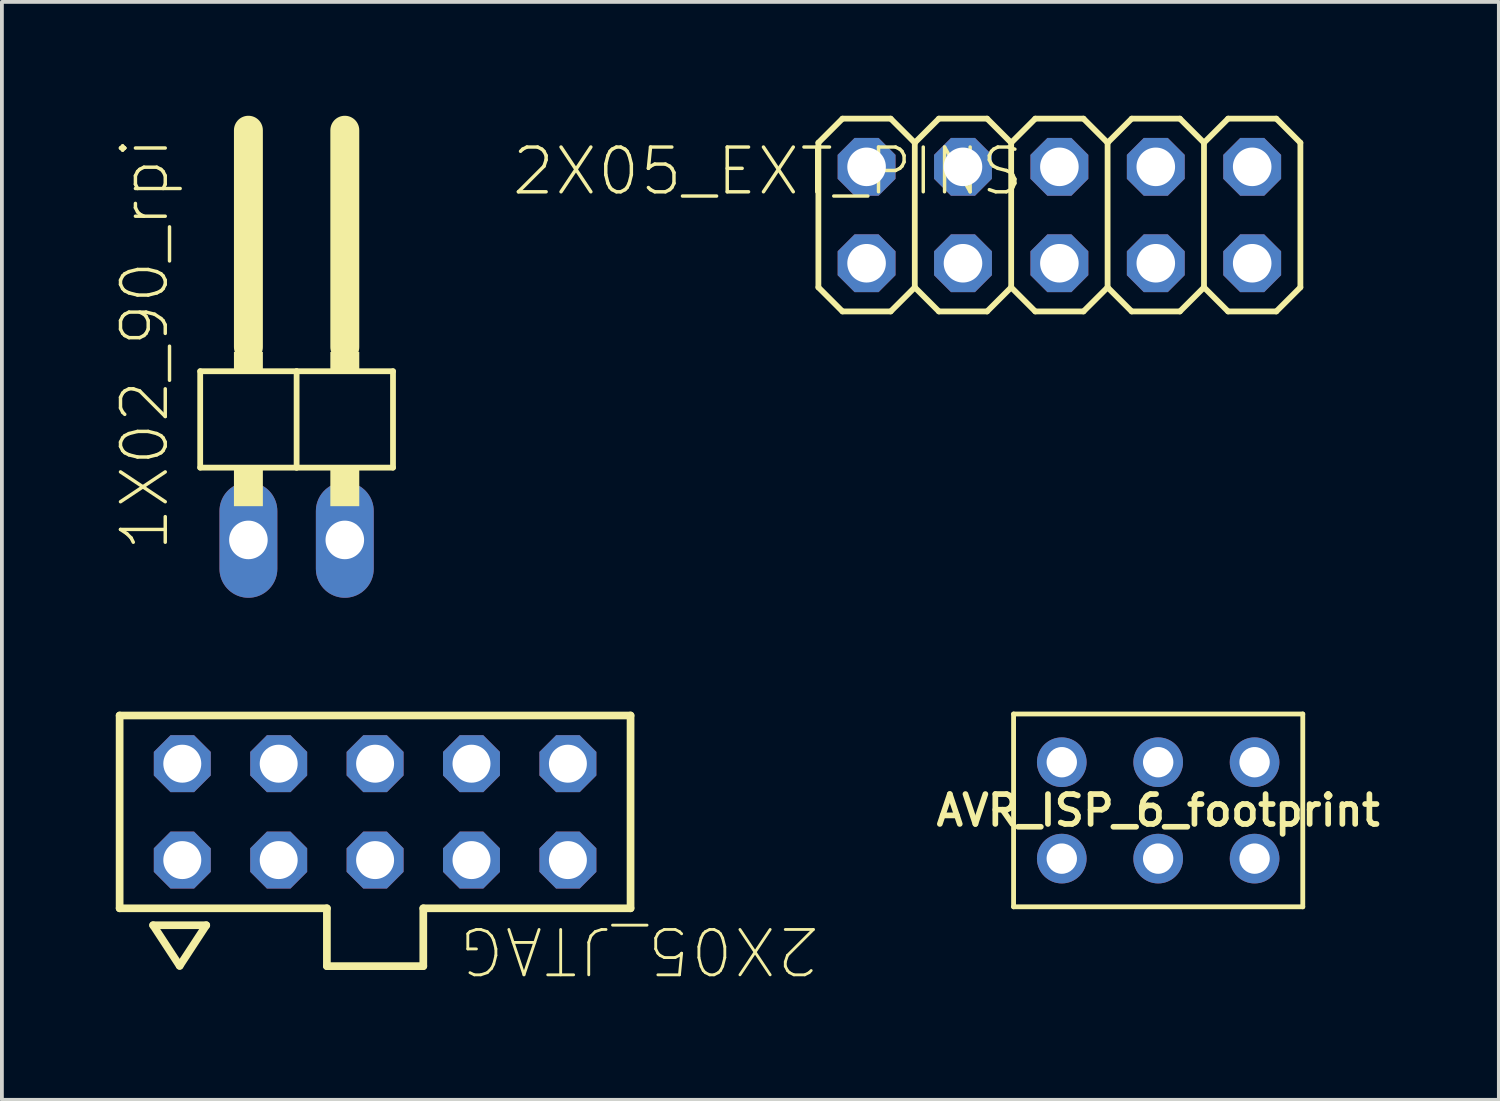
<source format=kicad_pcb>
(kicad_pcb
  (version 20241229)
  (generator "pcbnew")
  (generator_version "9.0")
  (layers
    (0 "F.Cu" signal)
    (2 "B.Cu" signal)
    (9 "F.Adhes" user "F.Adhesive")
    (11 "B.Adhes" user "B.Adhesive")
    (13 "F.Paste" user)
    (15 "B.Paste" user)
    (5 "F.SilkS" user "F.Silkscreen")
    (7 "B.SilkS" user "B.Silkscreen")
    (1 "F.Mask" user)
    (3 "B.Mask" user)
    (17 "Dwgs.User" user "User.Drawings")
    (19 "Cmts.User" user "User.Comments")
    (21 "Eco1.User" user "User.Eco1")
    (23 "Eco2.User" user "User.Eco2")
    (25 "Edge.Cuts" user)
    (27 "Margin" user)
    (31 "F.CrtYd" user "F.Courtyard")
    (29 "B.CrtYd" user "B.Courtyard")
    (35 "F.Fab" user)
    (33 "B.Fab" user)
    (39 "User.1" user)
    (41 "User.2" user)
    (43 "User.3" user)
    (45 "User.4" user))
  (footprint "2X05_JTAG"
    (layer "F.Cu")
    (at 6.833 18.342)
    (property "Reference" "2X05_JTAG" (at 2.166 4.346 180) (unlocked yes) (layer "F.SilkS") (effects (font (size 1.195 1.195) (thickness 0.075)) (justify right top)))
    (fp_line (start -6.731 -2.54) (end 6.731 -2.54) (stroke (width 0.203) (type solid)) (layer "F.SilkS"))
    (fp_line (start -6.731 2.54) (end -6.731 -2.54) (stroke (width 0.203) (type solid)) (layer "F.SilkS"))
    (fp_line (start -5.849 2.986) (end -5.149 4.056) (stroke (width 0.203) (type solid)) (layer "F.SilkS"))
    (fp_line (start -5.149 4.056) (end -4.449 2.986) (stroke (width 0.203) (type solid)) (layer "F.SilkS"))
    (fp_line (start -4.449 2.986) (end -5.849 2.986) (stroke (width 0.203) (type solid)) (layer "F.SilkS"))
    (fp_line (start -1.27 2.54) (end -6.731 2.54) (stroke (width 0.203) (type solid)) (layer "F.SilkS"))
    (fp_line (start -1.27 2.54) (end -1.27 4.064) (stroke (width 0.203) (type solid)) (layer "F.SilkS"))
    (fp_line (start 1.27 2.54) (end 1.27 4.064) (stroke (width 0.203) (type solid)) (layer "F.SilkS"))
    (fp_line (start 1.27 4.064) (end -1.27 4.064) (stroke (width 0.203) (type solid)) (layer "F.SilkS"))
    (fp_line (start 6.731 -2.54) (end 6.731 2.54) (stroke (width 0.203) (type solid)) (layer "F.SilkS"))
    (fp_line (start 6.731 2.54) (end 1.27 2.54) (stroke (width 0.203) (type solid)) (layer "F.SilkS"))
    (pad "1" thru_hole roundrect (at -5.08 1.27) (size 1.5 1.5) (drill 1) (layers "*.Cu" "*.Mask") (roundrect_rratio 0.25) (chamfer_ratio 0.293) (chamfer top_left top_right bottom_left bottom_right))
    (pad "2" thru_hole roundrect (at -5.08 -1.27) (size 1.5 1.5) (drill 1) (layers "*.Cu" "*.Mask") (roundrect_rratio 0.25) (chamfer_ratio 0.293) (chamfer top_left top_right bottom_left bottom_right))
    (pad "3" thru_hole roundrect (at -2.54 1.27) (size 1.5 1.5) (drill 1) (layers "*.Cu" "*.Mask") (roundrect_rratio 0.25) (chamfer_ratio 0.293) (chamfer top_left top_right bottom_left bottom_right))
    (pad "4" thru_hole roundrect (at -2.54 -1.27) (size 1.5 1.5) (drill 1) (layers "*.Cu" "*.Mask") (roundrect_rratio 0.25) (chamfer_ratio 0.293) (chamfer top_left top_right bottom_left bottom_right))
    (pad "5" thru_hole roundrect (at 0 1.27) (size 1.5 1.5) (drill 1) (layers "*.Cu" "*.Mask") (roundrect_rratio 0.25) (chamfer_ratio 0.293) (chamfer top_left top_right bottom_left bottom_right))
    (pad "6" thru_hole roundrect (at 0 -1.27) (size 1.5 1.5) (drill 1) (layers "*.Cu" "*.Mask") (roundrect_rratio 0.25) (chamfer_ratio 0.293) (chamfer top_left top_right bottom_left bottom_right))
    (pad "7" thru_hole roundrect (at 2.54 1.27) (size 1.5 1.5) (drill 1) (layers "*.Cu" "*.Mask") (roundrect_rratio 0.25) (chamfer_ratio 0.293) (chamfer top_left top_right bottom_left bottom_right))
    (pad "8" thru_hole roundrect (at 2.54 -1.27) (size 1.5 1.5) (drill 1) (layers "*.Cu" "*.Mask") (roundrect_rratio 0.25) (chamfer_ratio 0.293) (chamfer top_left top_right bottom_left bottom_right))
    (pad "9" thru_hole roundrect (at 5.08 1.27) (size 1.5 1.5) (drill 1) (layers "*.Cu" "*.Mask") (roundrect_rratio 0.25) (chamfer_ratio 0.293) (chamfer top_left top_right bottom_left bottom_right))
    (pad "10" thru_hole roundrect (at 5.08 -1.27) (size 1.5 1.5) (drill 1) (layers "*.Cu" "*.Mask") (roundrect_rratio 0.25) (chamfer_ratio 0.293) (chamfer top_left top_right bottom_left bottom_right)))
  (footprint "2X05_EXT_PINS"
    (layer "F.Cu")
    (at 24.863 2.616)
    (property "Reference" "2X05_EXT_PINS" (at -14.482 -0.464 0) (unlocked yes) (layer "F.SilkS") (effects (font (size 1.179 1.179) (thickness 0.091)) (justify left bottom)))
    (fp_line (start -6.35 -1.905) (end -5.715 -2.54) (stroke (width 0.152) (type solid)) (layer "F.SilkS"))
    (fp_line (start -6.35 1.905) (end -6.35 -1.905) (stroke (width 0.152) (type solid)) (layer "F.SilkS"))
    (fp_line (start -6.35 1.905) (end -5.715 2.54) (stroke (width 0.152) (type solid)) (layer "F.SilkS"))
    (fp_line (start -5.715 -2.54) (end -4.445 -2.54) (stroke (width 0.152) (type solid)) (layer "F.SilkS"))
    (fp_line (start -5.715 2.54) (end -4.445 2.54) (stroke (width 0.152) (type solid)) (layer "F.SilkS"))
    (fp_line (start -4.445 -2.54) (end -3.81 -1.905) (stroke (width 0.152) (type solid)) (layer "F.SilkS"))
    (fp_line (start -4.445 2.54) (end -3.81 1.905) (stroke (width 0.152) (type solid)) (layer "F.SilkS"))
    (fp_line (start -3.81 -1.905) (end -3.81 1.905) (stroke (width 0.152) (type solid)) (layer "F.SilkS"))
    (fp_line (start -3.81 -1.905) (end -3.175 -2.54) (stroke (width 0.152) (type solid)) (layer "F.SilkS"))
    (fp_line (start -3.81 1.905) (end -3.175 2.54) (stroke (width 0.152) (type solid)) (layer "F.SilkS"))
    (fp_line (start -3.175 -2.54) (end -1.905 -2.54) (stroke (width 0.152) (type solid)) (layer "F.SilkS"))
    (fp_line (start -3.175 2.54) (end -1.905 2.54) (stroke (width 0.152) (type solid)) (layer "F.SilkS"))
    (fp_line (start -1.905 -2.54) (end -1.27 -1.905) (stroke (width 0.152) (type solid)) (layer "F.SilkS"))
    (fp_line (start -1.905 2.54) (end -1.27 1.905) (stroke (width 0.152) (type solid)) (layer "F.SilkS"))
    (fp_line (start -1.27 -1.905) (end -1.27 1.905) (stroke (width 0.152) (type solid)) (layer "F.SilkS"))
    (fp_line (start -1.27 -1.905) (end -0.635 -2.54) (stroke (width 0.152) (type solid)) (layer "F.SilkS"))
    (fp_line (start -1.27 1.905) (end -0.635 2.54) (stroke (width 0.152) (type solid)) (layer "F.SilkS"))
    (fp_line (start -0.635 -2.54) (end 0.635 -2.54) (stroke (width 0.152) (type solid)) (layer "F.SilkS"))
    (fp_line (start -0.635 2.54) (end 0.635 2.54) (stroke (width 0.152) (type solid)) (layer "F.SilkS"))
    (fp_line (start 0.635 -2.54) (end 1.27 -1.905) (stroke (width 0.152) (type solid)) (layer "F.SilkS"))
    (fp_line (start 0.635 2.54) (end 1.27 1.905) (stroke (width 0.152) (type solid)) (layer "F.SilkS"))
    (fp_line (start 1.27 -1.905) (end 1.27 1.905) (stroke (width 0.152) (type solid)) (layer "F.SilkS"))
    (fp_line (start 1.27 -1.905) (end 1.905 -2.54) (stroke (width 0.152) (type solid)) (layer "F.SilkS"))
    (fp_line (start 1.27 1.905) (end 1.905 2.54) (stroke (width 0.152) (type solid)) (layer "F.SilkS"))
    (fp_line (start 1.905 -2.54) (end 3.175 -2.54) (stroke (width 0.152) (type solid)) (layer "F.SilkS"))
    (fp_line (start 1.905 2.54) (end 3.175 2.54) (stroke (width 0.152) (type solid)) (layer "F.SilkS"))
    (fp_line (start 3.175 -2.54) (end 3.81 -1.905) (stroke (width 0.152) (type solid)) (layer "F.SilkS"))
    (fp_line (start 3.175 2.54) (end 3.81 1.905) (stroke (width 0.152) (type solid)) (layer "F.SilkS"))
    (fp_line (start 3.81 -1.905) (end 3.81 1.905) (stroke (width 0.152) (type solid)) (layer "F.SilkS"))
    (fp_line (start 3.81 -1.905) (end 4.445 -2.54) (stroke (width 0.152) (type solid)) (layer "F.SilkS"))
    (fp_line (start 3.81 1.905) (end 4.445 2.54) (stroke (width 0.152) (type solid)) (layer "F.SilkS"))
    (fp_line (start 4.445 -2.54) (end 5.715 -2.54) (stroke (width 0.152) (type solid)) (layer "F.SilkS"))
    (fp_line (start 4.445 2.54) (end 5.715 2.54) (stroke (width 0.152) (type solid)) (layer "F.SilkS"))
    (fp_line (start 5.715 -2.54) (end 6.35 -1.905) (stroke (width 0.152) (type solid)) (layer "F.SilkS"))
    (fp_line (start 5.715 2.54) (end 6.35 1.905) (stroke (width 0.152) (type solid)) (layer "F.SilkS"))
    (fp_line (start 6.35 -1.905) (end 6.35 1.905) (stroke (width 0.152) (type solid)) (layer "F.SilkS"))
    (fp_poly (pts (xy -5.334 -1.016) (xy -4.826 -1.016) (xy -4.826 -1.524) (xy -5.334 -1.524)) (stroke (width 0.1) (type default)) (fill no) (layer "F.Fab"))
    (fp_poly (pts (xy -5.334 1.524) (xy -4.826 1.524) (xy -4.826 1.016) (xy -5.334 1.016)) (stroke (width 0.1) (type default)) (fill no) (layer "F.Fab"))
    (fp_poly (pts (xy -2.794 -1.016) (xy -2.286 -1.016) (xy -2.286 -1.524) (xy -2.794 -1.524)) (stroke (width 0.1) (type default)) (fill no) (layer "F.Fab"))
    (fp_poly (pts (xy -2.794 1.524) (xy -2.286 1.524) (xy -2.286 1.016) (xy -2.794 1.016)) (stroke (width 0.1) (type default)) (fill no) (layer "F.Fab"))
    (fp_poly (pts (xy -0.254 -1.016) (xy 0.254 -1.016) (xy 0.254 -1.524) (xy -0.254 -1.524)) (stroke (width 0.1) (type default)) (fill no) (layer "F.Fab"))
    (fp_poly (pts (xy -0.254 1.524) (xy 0.254 1.524) (xy 0.254 1.016) (xy -0.254 1.016)) (stroke (width 0.1) (type default)) (fill no) (layer "F.Fab"))
    (fp_poly (pts (xy 2.286 -1.016) (xy 2.794 -1.016) (xy 2.794 -1.524) (xy 2.286 -1.524)) (stroke (width 0.1) (type default)) (fill no) (layer "F.Fab"))
    (fp_poly (pts (xy 2.286 1.524) (xy 2.794 1.524) (xy 2.794 1.016) (xy 2.286 1.016)) (stroke (width 0.1) (type default)) (fill no) (layer "F.Fab"))
    (fp_poly (pts (xy 4.826 -1.016) (xy 5.334 -1.016) (xy 5.334 -1.524) (xy 4.826 -1.524)) (stroke (width 0.1) (type default)) (fill no) (layer "F.Fab"))
    (fp_poly (pts (xy 4.826 1.524) (xy 5.334 1.524) (xy 5.334 1.016) (xy 4.826 1.016)) (stroke (width 0.1) (type default)) (fill no) (layer "F.Fab"))
    (pad "1" thru_hole roundrect (at -5.08 1.27) (size 1.524 1.524) (drill 1.016) (layers "*.Cu" "*.Mask") (roundrect_rratio 0.25) (chamfer_ratio 0.293) (chamfer top_left top_right bottom_left bottom_right))
    (pad "2" thru_hole roundrect (at -5.08 -1.27) (size 1.524 1.524) (drill 1.016) (layers "*.Cu" "*.Mask") (roundrect_rratio 0.25) (chamfer_ratio 0.293) (chamfer top_left top_right bottom_left bottom_right))
    (pad "3" thru_hole roundrect (at -2.54 1.27) (size 1.524 1.524) (drill 1.016) (layers "*.Cu" "*.Mask") (roundrect_rratio 0.25) (chamfer_ratio 0.293) (chamfer top_left top_right bottom_left bottom_right))
    (pad "4" thru_hole roundrect (at -2.54 -1.27) (size 1.524 1.524) (drill 1.016) (layers "*.Cu" "*.Mask") (roundrect_rratio 0.25) (chamfer_ratio 0.293) (chamfer top_left top_right bottom_left bottom_right))
    (pad "5" thru_hole roundrect (at 0 1.27) (size 1.524 1.524) (drill 1.016) (layers "*.Cu" "*.Mask") (roundrect_rratio 0.25) (chamfer_ratio 0.293) (chamfer top_left top_right bottom_left bottom_right))
    (pad "6" thru_hole roundrect (at 0 -1.27) (size 1.524 1.524) (drill 1.016) (layers "*.Cu" "*.Mask") (roundrect_rratio 0.25) (chamfer_ratio 0.293) (chamfer top_left top_right bottom_left bottom_right))
    (pad "7" thru_hole roundrect (at 2.54 1.27) (size 1.524 1.524) (drill 1.016) (layers "*.Cu" "*.Mask") (roundrect_rratio 0.25) (chamfer_ratio 0.293) (chamfer top_left top_right bottom_left bottom_right))
    (pad "8" thru_hole roundrect (at 2.54 -1.27) (size 1.524 1.524) (drill 1.016) (layers "*.Cu" "*.Mask") (roundrect_rratio 0.25) (chamfer_ratio 0.293) (chamfer top_left top_right bottom_left bottom_right))
    (pad "9" thru_hole roundrect (at 5.08 1.27) (size 1.524 1.524) (drill 1.016) (layers "*.Cu" "*.Mask") (roundrect_rratio 0.25) (chamfer_ratio 0.293) (chamfer top_left top_right bottom_left bottom_right))
    (pad "10" thru_hole roundrect (at 5.08 -1.27) (size 1.524 1.524) (drill 1.016) (layers "*.Cu" "*.Mask") (roundrect_rratio 0.25) (chamfer_ratio 0.293) (chamfer top_left top_right bottom_left bottom_right)))
  (footprint "1X02_90_rpi"
    (layer "F.Cu")
    (at 4.765 7.366)
    (property "Reference" "1X02_90_rpi" (at -3.312 4.155 90) (unlocked yes) (layer "F.SilkS") (effects (font (size 1.179 1.179) (thickness 0.091)) (justify left bottom)))
    (fp_line (start -2.54 -0.635) (end -2.54 1.905) (stroke (width 0.152) (type solid)) (layer "F.SilkS"))
    (fp_line (start -2.54 1.905) (end 0 1.905) (stroke (width 0.152) (type solid)) (layer "F.SilkS"))
    (fp_line (start -1.27 -6.985) (end -1.27 -1.27) (stroke (width 0.762) (type solid)) (layer "F.SilkS"))
    (fp_line (start 0 -0.635) (end -2.54 -0.635) (stroke (width 0.152) (type solid)) (layer "F.SilkS"))
    (fp_line (start 0 1.905) (end 0 -0.635) (stroke (width 0.152) (type solid)) (layer "F.SilkS"))
    (fp_line (start 0 1.905) (end 2.54 1.905) (stroke (width 0.152) (type solid)) (layer "F.SilkS"))
    (fp_line (start 1.27 -6.985) (end 1.27 -1.27) (stroke (width 0.762) (type solid)) (layer "F.SilkS"))
    (fp_line (start 2.54 -0.635) (end 0 -0.635) (stroke (width 0.152) (type solid)) (layer "F.SilkS"))
    (fp_line (start 2.54 1.905) (end 2.54 -0.635) (stroke (width 0.152) (type solid)) (layer "F.SilkS"))
    (fp_poly (pts (xy -1.651 -0.635) (xy -0.889 -0.635) (xy -0.889 -1.143) (xy -1.651 -1.143)) (stroke (width 0) (type default)) (fill yes) (layer "F.SilkS"))
    (fp_poly (pts (xy -1.651 2.921) (xy -0.889 2.921) (xy -0.889 1.905) (xy -1.651 1.905)) (stroke (width 0) (type default)) (fill yes) (layer "F.SilkS"))
    (fp_poly (pts (xy 0.889 -0.635) (xy 1.651 -0.635) (xy 1.651 -1.143) (xy 0.889 -1.143)) (stroke (width 0) (type default)) (fill yes) (layer "F.SilkS"))
    (fp_poly (pts (xy 0.889 2.921) (xy 1.651 2.921) (xy 1.651 1.905) (xy 0.889 1.905)) (stroke (width 0) (type default)) (fill yes) (layer "F.SilkS"))
    (pad "1" thru_hole oval (at -1.27 3.81 90) (size 3.048 1.524) (drill 1.016) (layers "*.Cu" "*.Mask"))
    (pad "2" thru_hole oval (at 1.27 3.81 90) (size 3.048 1.524) (drill 1.016) (layers "*.Cu" "*.Mask")))
  (footprint "AVR_ISP_6_footprint"
    (layer "F.Cu")
    (at 27.466 18.303)
    (property "Reference" "AVR_ISP_6_footprint" (at 0 0 0) (layer "F.SilkS") (effects (font (size 0.787 0.787) (thickness 0.15))))
    (attr through_hole)
    (fp_line (start -3.81 -2.54) (end 3.81 -2.54) (stroke (width 0.127) (type solid)) (layer "F.SilkS"))
    (fp_line (start -3.81 2.54) (end -3.81 -2.54) (stroke (width 0.127) (type solid)) (layer "F.SilkS"))
    (fp_line (start 3.81 -2.54) (end 3.81 2.54) (stroke (width 0.127) (type solid)) (layer "F.SilkS"))
    (fp_line (start 3.81 2.54) (end -3.81 2.54) (stroke (width 0.127) (type solid)) (layer "F.SilkS"))
    (pad "GND" thru_hole circle (at 2.54 -1.27) (size 1.308 1.308) (drill 0.8) (layers "*.Cu" "*.Mask"))
    (pad "MISO" thru_hole circle (at -2.54 1.27) (size 1.308 1.308) (drill 0.8) (layers "*.Cu" "*.Mask"))
    (pad "MOSI" thru_hole circle (at 0 -1.27) (size 1.308 1.308) (drill 0.8) (layers "*.Cu" "*.Mask"))
    (pad "RST" thru_hole circle (at 2.54 1.27) (size 1.308 1.308) (drill 0.8) (layers "*.Cu" "*.Mask"))
    (pad "SCK" thru_hole circle (at 0 1.27) (size 1.308 1.308) (drill 0.8) (layers "*.Cu" "*.Mask"))
    (pad "VCC" thru_hole circle (at -2.54 -1.27) (size 1.308 1.308) (drill 0.8) (layers "*.Cu" "*.Mask")))
  (gr_rect
    (start -3 -3)
    (end 36.442 25.929)
    (stroke (width 0.1) (type default))
    (fill no)
    (layer "Edge.Cuts")))
</source>
